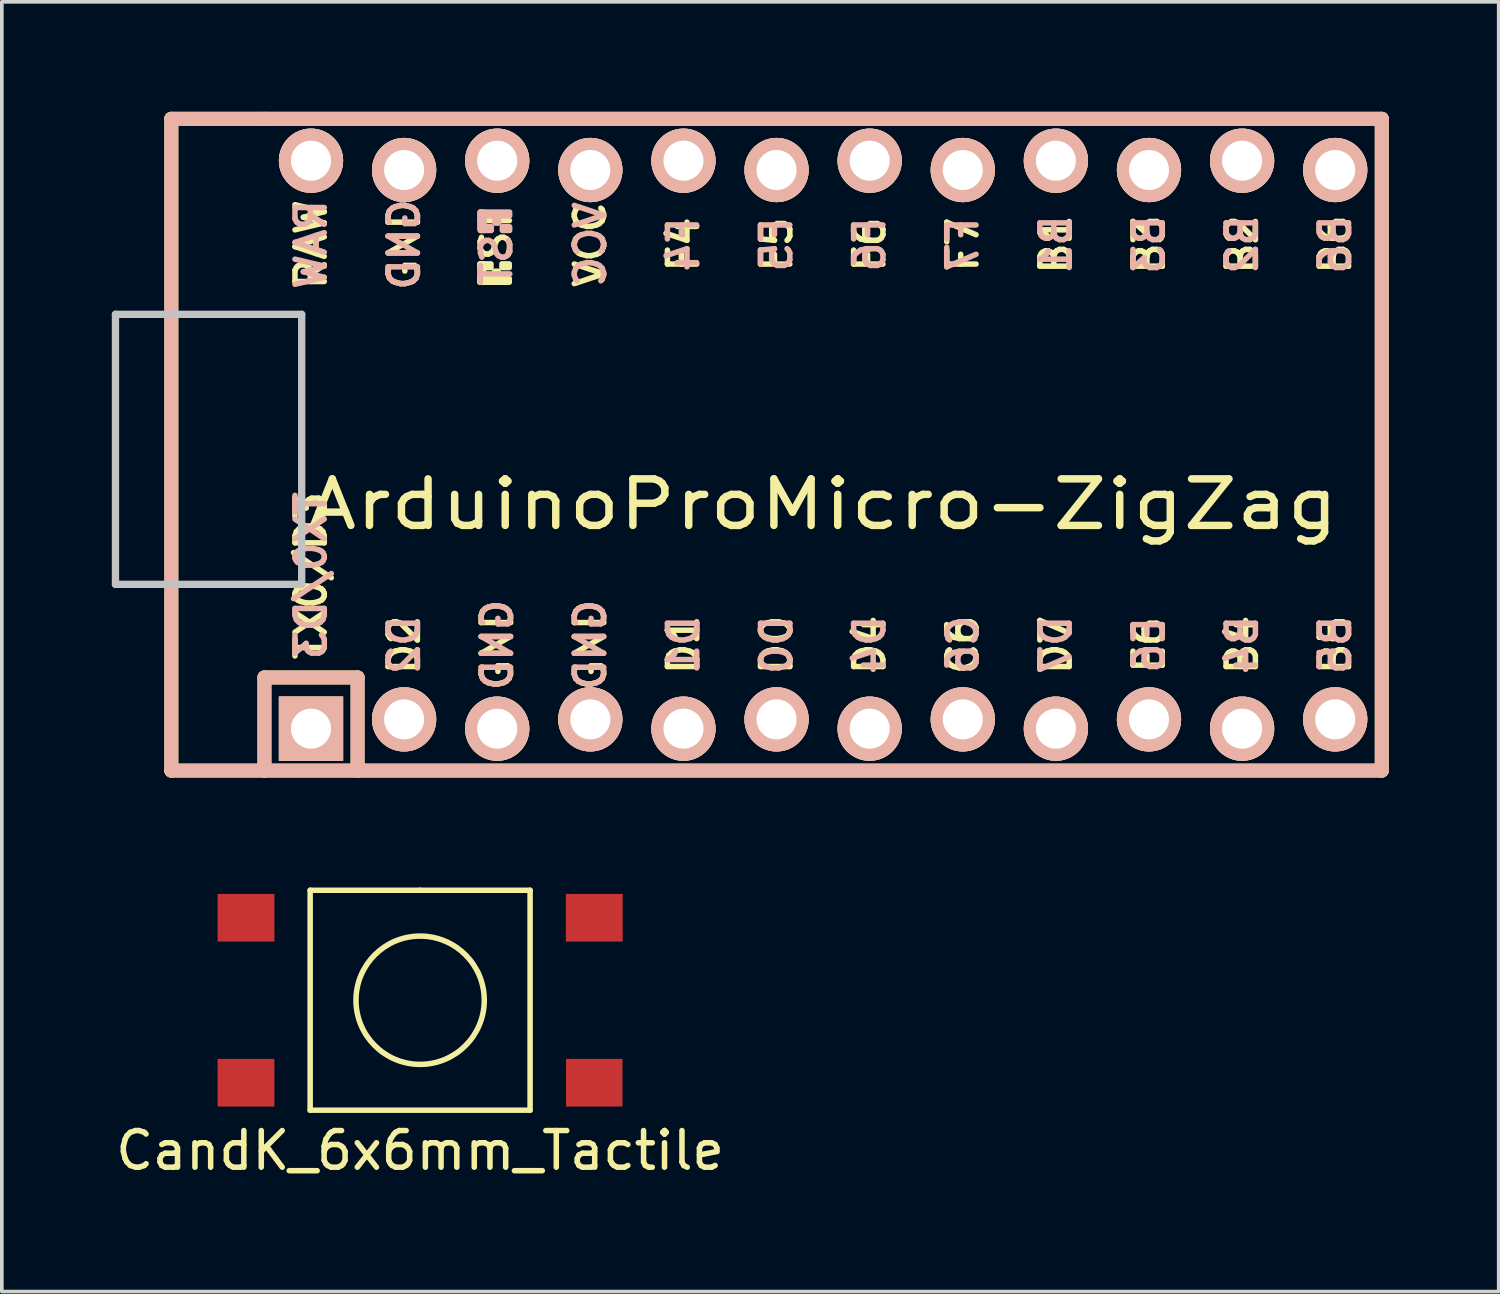
<source format=kicad_pcb>
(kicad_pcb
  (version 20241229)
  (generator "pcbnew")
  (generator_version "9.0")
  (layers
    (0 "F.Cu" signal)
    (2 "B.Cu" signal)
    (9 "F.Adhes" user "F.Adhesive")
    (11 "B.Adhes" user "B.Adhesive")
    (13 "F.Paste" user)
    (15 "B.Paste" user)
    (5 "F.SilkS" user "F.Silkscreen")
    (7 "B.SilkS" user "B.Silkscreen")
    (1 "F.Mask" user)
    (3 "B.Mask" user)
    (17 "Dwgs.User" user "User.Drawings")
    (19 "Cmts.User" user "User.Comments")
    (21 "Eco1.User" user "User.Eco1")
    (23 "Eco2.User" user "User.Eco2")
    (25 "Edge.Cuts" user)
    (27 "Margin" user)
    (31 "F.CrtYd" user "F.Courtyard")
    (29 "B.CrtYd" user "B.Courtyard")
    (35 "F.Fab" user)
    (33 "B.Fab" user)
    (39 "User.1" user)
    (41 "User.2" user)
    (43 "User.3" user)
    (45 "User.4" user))
  (footprint "CandK_6x6mm_Tactile"
    (layer "F.Cu")
    (at 8.411 24.236)
    (property "Reference" "CandK_6x6mm_Tactile" (at 0 4.1 0) (layer "F.SilkS") (effects (font (size 1 1) (thickness 0.15))))
    (attr through_hole)
    (fp_line (start -3 -3) (end -3 3) (stroke (width 0.15) (type solid)) (layer "F.SilkS"))
    (fp_line (start -3 3) (end 3 3) (stroke (width 0.15) (type solid)) (layer "F.SilkS"))
    (fp_line (start 0 -3) (end -3 -3) (stroke (width 0.15) (type solid)) (layer "F.SilkS"))
    (fp_line (start 3 -3) (end 0 -3) (stroke (width 0.15) (type solid)) (layer "F.SilkS"))
    (fp_line (start 3 3) (end 3 -3) (stroke (width 0.15) (type solid)) (layer "F.SilkS"))
    (fp_circle (center 0 0) (end 1.75 0) (stroke (width 0.15) (type solid)) (fill no) (layer "F.SilkS"))
    (pad "1" smd rect (at -4.75 -2.25) (size 1.55 1.3) (layers "F.Cu" "F.Mask" "F.Paste"))
    (pad "2" smd rect (at 4.75 -2.25) (size 1.55 1.3) (layers "F.Cu" "F.Mask" "F.Paste"))
    (pad "3" smd rect (at -4.75 2.25) (size 1.55 1.3) (layers "F.Cu" "F.Mask" "F.Paste"))
    (pad "4" smd rect (at 4.75 2.25) (size 1.54 1.3) (layers "F.Cu" "F.Mask" "F.Paste")))
  (footprint "ArduinoProMicro-ZigZag"
    (layer "F.Cu")
    (at 19.404 9.081)
    (property "Reference" "ArduinoProMicro-ZigZag" (at 0 1.625 0) (layer "F.SilkS") (effects (font (size 1.27 1.524) (thickness 0.203))))
    (attr through_hole)
    (fp_line (start -17.78 -8.89) (end -17.78 8.89) (stroke (width 0.381) (type solid)) (layer "F.SilkS"))
    (fp_line (start -17.78 8.89) (end -15.24 8.89) (stroke (width 0.381) (type solid)) (layer "F.SilkS"))
    (fp_line (start -15.24 -8.89) (end -17.78 -8.89) (stroke (width 0.381) (type solid)) (layer "F.SilkS"))
    (fp_line (start -15.24 6.35) (end -15.24 8.89) (stroke (width 0.381) (type solid)) (layer "F.SilkS"))
    (fp_line (start -15.24 6.35) (end -12.7 6.35) (stroke (width 0.381) (type solid)) (layer "F.SilkS"))
    (fp_line (start -15.24 8.89) (end 15.24 8.89) (stroke (width 0.381) (type solid)) (layer "F.SilkS"))
    (fp_line (start -12.7 6.35) (end -12.7 8.89) (stroke (width 0.381) (type solid)) (layer "F.SilkS"))
    (fp_line (start 15.24 -8.89) (end -15.24 -8.89) (stroke (width 0.381) (type solid)) (layer "F.SilkS"))
    (fp_line (start 15.24 8.89) (end 15.24 -8.89) (stroke (width 0.381) (type solid)) (layer "F.SilkS"))
    (fp_poly (pts (xy -9.361 -4.932) (xy -9.261 -4.932) (xy -9.261 -4.432) (xy -9.361 -4.432)) (stroke (width 0.15) (type solid)) (fill yes) (layer "F.SilkS"))
    (fp_poly (pts (xy -9.361 -4.932) (xy -9.061 -4.932) (xy -9.061 -4.832) (xy -9.361 -4.832)) (stroke (width 0.15) (type solid)) (fill yes) (layer "F.SilkS"))
    (fp_poly (pts (xy -9.361 -4.532) (xy -8.561 -4.532) (xy -8.561 -4.432) (xy -9.361 -4.432)) (stroke (width 0.15) (type solid)) (fill yes) (layer "F.SilkS"))
    (fp_poly (pts (xy -8.961 -4.732) (xy -8.861 -4.732) (xy -8.861 -4.632) (xy -8.961 -4.632)) (stroke (width 0.15) (type solid)) (fill yes) (layer "F.SilkS"))
    (fp_poly (pts (xy -8.761 -4.932) (xy -8.561 -4.932) (xy -8.561 -4.832) (xy -8.761 -4.832)) (stroke (width 0.15) (type solid)) (fill yes) (layer "F.SilkS"))
    (fp_line (start -17.78 -8.89) (end -17.78 8.89) (stroke (width 0.381) (type solid)) (layer "B.SilkS"))
    (fp_line (start -17.78 8.89) (end 15.24 8.89) (stroke (width 0.381) (type solid)) (layer "B.SilkS"))
    (fp_line (start -15.24 6.35) (end -15.24 8.89) (stroke (width 0.381) (type solid)) (layer "B.SilkS"))
    (fp_line (start -15.24 6.35) (end -12.7 6.35) (stroke (width 0.381) (type solid)) (layer "B.SilkS"))
    (fp_line (start -12.7 6.35) (end -12.7 8.89) (stroke (width 0.381) (type solid)) (layer "B.SilkS"))
    (fp_line (start 15.24 -8.89) (end -17.78 -8.89) (stroke (width 0.381) (type solid)) (layer "B.SilkS"))
    (fp_line (start 15.24 8.89) (end 15.24 -8.89) (stroke (width 0.381) (type solid)) (layer "B.SilkS"))
    (fp_poly (pts (xy -9.351 -6.245) (xy -8.551 -6.245) (xy -8.551 -6.345) (xy -9.351 -6.345)) (stroke (width 0.15) (type solid)) (fill yes) (layer "B.SilkS"))
    (fp_poly (pts (xy -9.351 -5.845) (xy -9.251 -5.845) (xy -9.251 -6.345) (xy -9.351 -6.345)) (stroke (width 0.15) (type solid)) (fill yes) (layer "B.SilkS"))
    (fp_poly (pts (xy -9.351 -5.845) (xy -9.051 -5.845) (xy -9.051 -5.945) (xy -9.351 -5.945)) (stroke (width 0.15) (type solid)) (fill yes) (layer "B.SilkS"))
    (fp_poly (pts (xy -8.951 -6.045) (xy -8.851 -6.045) (xy -8.851 -6.145) (xy -8.951 -6.145)) (stroke (width 0.15) (type solid)) (fill yes) (layer "B.SilkS"))
    (fp_poly (pts (xy -8.751 -5.845) (xy -8.551 -5.845) (xy -8.551 -5.945) (xy -8.751 -5.945)) (stroke (width 0.15) (type solid)) (fill yes) (layer "B.SilkS"))
    (fp_line (start -19.304 -3.556) (end -14.224 -3.556) (stroke (width 0.2) (type solid)) (layer "Dwgs.User"))
    (fp_line (start -19.304 3.81) (end -19.304 -3.556) (stroke (width 0.2) (type solid)) (layer "Dwgs.User"))
    (fp_line (start -14.224 -3.556) (end -14.224 3.81) (stroke (width 0.2) (type solid)) (layer "Dwgs.User"))
    (fp_line (start -14.224 3.81) (end -19.304 3.81) (stroke (width 0.2) (type solid)) (layer "Dwgs.User"))
    (fp_text user "E6" (at 8.89 5.461 90) (layer "F.SilkS") (effects (font (size 0.8 0.8) (thickness 0.15))))
    (fp_text user "D7" (at 6.35 5.461 90) (layer "F.SilkS") (effects (font (size 0.8 0.8) (thickness 0.15))))
    (fp_text user "B4" (at 11.43 5.461 90) (layer "F.SilkS") (effects (font (size 0.8 0.8) (thickness 0.15))))
    (fp_text user "GND" (at -8.89 5.461 90) (layer "F.SilkS") (effects (font (size 0.8 0.8) (thickness 0.15))))
    (fp_text user "F5" (at -1.27 -5.461 90) (layer "F.SilkS") (effects (font (size 0.8 0.8) (thickness 0.15))))
    (fp_text user "B5" (at 13.97 5.461 90) (layer "F.SilkS") (effects (font (size 0.8 0.8) (thickness 0.15))))
    (fp_text user "B2" (at 11.43 -5.461 90) (layer "F.SilkS") (effects (font (size 0.8 0.8) (thickness 0.15))))
    (fp_text user "GND" (at -11.43 -5.461 90) (layer "F.SilkS") (effects (font (size 0.8 0.8) (thickness 0.15))))
    (fp_text user "TX0/D3" (at -13.97 3.572 90) (layer "F.SilkS") (effects (font (size 0.8 0.8) (thickness 0.15))))
    (fp_text user "B3" (at 8.89 -5.461 90) (layer "F.SilkS") (effects (font (size 0.8 0.8) (thickness 0.15))))
    (fp_text user "D0" (at -1.27 5.461 90) (layer "F.SilkS") (effects (font (size 0.8 0.8) (thickness 0.15))))
    (fp_text user "RAW" (at -13.97 -5.461 90) (layer "F.SilkS") (effects (font (size 0.8 0.8) (thickness 0.15))))
    (fp_text user "F4" (at -3.81 -5.461 90) (layer "F.SilkS") (effects (font (size 0.8 0.8) (thickness 0.15))))
    (fp_text user "ST" (at -8.92 -5.733 90) (layer "F.SilkS") (effects (font (size 0.8 0.8) (thickness 0.15))))
    (fp_text user "F7" (at 3.81 -5.461 90) (layer "F.SilkS") (effects (font (size 0.8 0.8) (thickness 0.15))))
    (fp_text user "D2" (at -11.43 5.461 90) (layer "F.SilkS") (effects (font (size 0.8 0.8) (thickness 0.15))))
    (fp_text user "B6" (at 13.97 -5.461 90) (layer "F.SilkS") (effects (font (size 0.8 0.8) (thickness 0.15))))
    (fp_text user "F6" (at 1.27 -5.461 90) (layer "F.SilkS") (effects (font (size 0.8 0.8) (thickness 0.15))))
    (fp_text user "D1" (at -3.81 5.461 90) (layer "F.SilkS") (effects (font (size 0.8 0.8) (thickness 0.15))))
    (fp_text user "D4" (at 1.27 5.461 90) (layer "F.SilkS") (effects (font (size 0.8 0.8) (thickness 0.15))))
    (fp_text user "B1" (at 6.35 -5.461 90) (layer "F.SilkS") (effects (font (size 0.8 0.8) (thickness 0.15))))
    (fp_text user "C6" (at 3.81 5.461 90) (layer "F.SilkS") (effects (font (size 0.8 0.8) (thickness 0.15))))
    (fp_text user "GND" (at -6.35 5.461 90) (layer "F.SilkS") (effects (font (size 0.8 0.8) (thickness 0.15))))
    (fp_text user "VCC" (at -6.35 -5.461 90) (layer "F.SilkS") (effects (font (size 0.8 0.8) (thickness 0.15))))
    (fp_text user "D4" (at 1.27 5.461 90) (layer "B.SilkS") (effects (font (size 0.8 0.8) (thickness 0.15)) (justify mirror)))
    (fp_text user "TX0/D3" (at -13.97 3.572 90) (layer "B.SilkS") (effects (font (size 0.8 0.8) (thickness 0.15)) (justify mirror)))
    (fp_text user "GND" (at -8.89 5.461 90) (layer "B.SilkS") (effects (font (size 0.8 0.8) (thickness 0.15)) (justify mirror)))
    (fp_text user "VCC" (at -6.35 -5.461 90) (layer "B.SilkS") (effects (font (size 0.8 0.8) (thickness 0.15)) (justify mirror)))
    (fp_text user "F7" (at 3.81 -5.461 90) (layer "B.SilkS") (effects (font (size 0.8 0.8) (thickness 0.15)) (justify mirror)))
    (fp_text user "F6" (at 1.27 -5.461 90) (layer "B.SilkS") (effects (font (size 0.8 0.8) (thickness 0.15)) (justify mirror)))
    (fp_text user "RAW" (at -13.97 -5.461 90) (layer "B.SilkS") (effects (font (size 0.8 0.8) (thickness 0.15)) (justify mirror)))
    (fp_text user "B2" (at 11.43 -5.461 90) (layer "B.SilkS") (effects (font (size 0.8 0.8) (thickness 0.15)) (justify mirror)))
    (fp_text user "D2" (at -11.43 5.461 90) (layer "B.SilkS") (effects (font (size 0.8 0.8) (thickness 0.15)) (justify mirror)))
    (fp_text user "B4" (at 11.43 5.461 90) (layer "B.SilkS") (effects (font (size 0.8 0.8) (thickness 0.15)) (justify mirror)))
    (fp_text user "C6" (at 3.81 5.461 90) (layer "B.SilkS") (effects (font (size 0.8 0.8) (thickness 0.15)) (justify mirror)))
    (fp_text user "GND" (at -11.43 -5.461 90) (layer "B.SilkS") (effects (font (size 0.8 0.8) (thickness 0.15)) (justify mirror)))
    (fp_text user "D7" (at 6.35 5.461 90) (layer "B.SilkS") (effects (font (size 0.8 0.8) (thickness 0.15)) (justify mirror)))
    (fp_text user "F5" (at -1.27 -5.461 90) (layer "B.SilkS") (effects (font (size 0.8 0.8) (thickness 0.15)) (justify mirror)))
    (fp_text user "D0" (at -1.27 5.461 90) (layer "B.SilkS") (effects (font (size 0.8 0.8) (thickness 0.15)) (justify mirror)))
    (fp_text user "B1" (at 6.35 -5.461 90) (layer "B.SilkS") (effects (font (size 0.8 0.8) (thickness 0.15)) (justify mirror)))
    (fp_text user "B6" (at 13.97 -5.461 90) (layer "B.SilkS") (effects (font (size 0.8 0.8) (thickness 0.15)) (justify mirror)))
    (fp_text user "ST" (at -8.91 -5.04 90) (layer "B.SilkS") (effects (font (size 0.8 0.8) (thickness 0.15)) (justify mirror)))
    (fp_text user "E6" (at 8.89 5.461 90) (layer "B.SilkS") (effects (font (size 0.8 0.8) (thickness 0.15)) (justify mirror)))
    (fp_text user "B5" (at 13.97 5.461 90) (layer "B.SilkS") (effects (font (size 0.8 0.8) (thickness 0.15)) (justify mirror)))
    (fp_text user "F4" (at -3.81 -5.461 90) (layer "B.SilkS") (effects (font (size 0.8 0.8) (thickness 0.15)) (justify mirror)))
    (fp_text user "B3" (at 8.89 -5.461 90) (layer "B.SilkS") (effects (font (size 0.8 0.8) (thickness 0.15)) (justify mirror)))
    (fp_text user "D1" (at -3.81 5.461 90) (layer "B.SilkS") (effects (font (size 0.8 0.8) (thickness 0.15)) (justify mirror)))
    (fp_text user "GND" (at -6.35 5.461 90) (layer "B.SilkS") (effects (font (size 0.8 0.8) (thickness 0.15)) (justify mirror)))
    (pad "1" thru_hole rect (at -13.97 7.747) (size 1.753 1.753) (drill 1.092) (layers "*.Cu" "*.SilkS" "*.Mask"))
    (pad "2" thru_hole circle (at -11.43 7.493) (size 1.753 1.753) (drill 1.092) (layers "*.Cu" "*.SilkS" "*.Mask"))
    (pad "3" thru_hole circle (at -8.89 7.747) (size 1.753 1.753) (drill 1.092) (layers "*.Cu" "*.SilkS" "*.Mask"))
    (pad "4" thru_hole circle (at -6.35 7.493) (size 1.753 1.753) (drill 1.092) (layers "*.Cu" "*.SilkS" "*.Mask"))
    (pad "5" thru_hole circle (at -3.81 7.747) (size 1.753 1.753) (drill 1.092) (layers "*.Cu" "*.SilkS" "*.Mask"))
    (pad "6" thru_hole circle (at -1.27 7.493) (size 1.753 1.753) (drill 1.092) (layers "*.Cu" "*.SilkS" "*.Mask"))
    (pad "7" thru_hole circle (at 1.27 7.747) (size 1.753 1.753) (drill 1.092) (layers "*.Cu" "*.SilkS" "*.Mask"))
    (pad "8" thru_hole circle (at 3.81 7.493) (size 1.753 1.753) (drill 1.092) (layers "*.Cu" "*.SilkS" "*.Mask"))
    (pad "9" thru_hole circle (at 6.35 7.747) (size 1.753 1.753) (drill 1.092) (layers "*.Cu" "*.SilkS" "*.Mask"))
    (pad "10" thru_hole circle (at 8.89 7.493) (size 1.753 1.753) (drill 1.092) (layers "*.Cu" "*.SilkS" "*.Mask"))
    (pad "11" thru_hole circle (at 11.43 7.747) (size 1.753 1.753) (drill 1.092) (layers "*.Cu" "*.SilkS" "*.Mask"))
    (pad "12" thru_hole circle (at 13.97 7.493) (size 1.753 1.753) (drill 1.092) (layers "*.Cu" "*.SilkS" "*.Mask"))
    (pad "13" thru_hole circle (at 13.97 -7.493) (size 1.753 1.753) (drill 1.092) (layers "*.Cu" "*.SilkS" "*.Mask"))
    (pad "14" thru_hole circle (at 11.43 -7.747) (size 1.753 1.753) (drill 1.092) (layers "*.Cu" "*.SilkS" "*.Mask"))
    (pad "15" thru_hole circle (at 8.89 -7.493) (size 1.753 1.753) (drill 1.092) (layers "*.Cu" "*.SilkS" "*.Mask"))
    (pad "16" thru_hole circle (at 6.35 -7.747) (size 1.753 1.753) (drill 1.092) (layers "*.Cu" "*.SilkS" "*.Mask"))
    (pad "17" thru_hole circle (at 3.81 -7.493) (size 1.753 1.753) (drill 1.092) (layers "*.Cu" "*.SilkS" "*.Mask"))
    (pad "18" thru_hole circle (at 1.27 -7.747) (size 1.753 1.753) (drill 1.092) (layers "*.Cu" "*.SilkS" "*.Mask"))
    (pad "19" thru_hole circle (at -1.27 -7.493) (size 1.753 1.753) (drill 1.092) (layers "*.Cu" "*.SilkS" "*.Mask"))
    (pad "20" thru_hole circle (at -3.81 -7.747) (size 1.753 1.753) (drill 1.092) (layers "*.Cu" "*.SilkS" "*.Mask"))
    (pad "21" thru_hole circle (at -6.35 -7.493) (size 1.753 1.753) (drill 1.092) (layers "*.Cu" "*.SilkS" "*.Mask"))
    (pad "22" thru_hole circle (at -8.89 -7.747) (size 1.753 1.753) (drill 1.092) (layers "*.Cu" "*.SilkS" "*.Mask"))
    (pad "23" thru_hole circle (at -11.43 -7.493) (size 1.753 1.753) (drill 1.092) (layers "*.Cu" "*.SilkS" "*.Mask"))
    (pad "24" thru_hole circle (at -13.97 -7.747) (size 1.753 1.753) (drill 1.092) (layers "*.Cu" "*.SilkS" "*.Mask")))
  (gr_rect
    (start -3 -3)
    (end 37.834 32.184)
    (stroke (width 0.1) (type default))
    (fill no)
    (layer "Edge.Cuts")))
</source>
